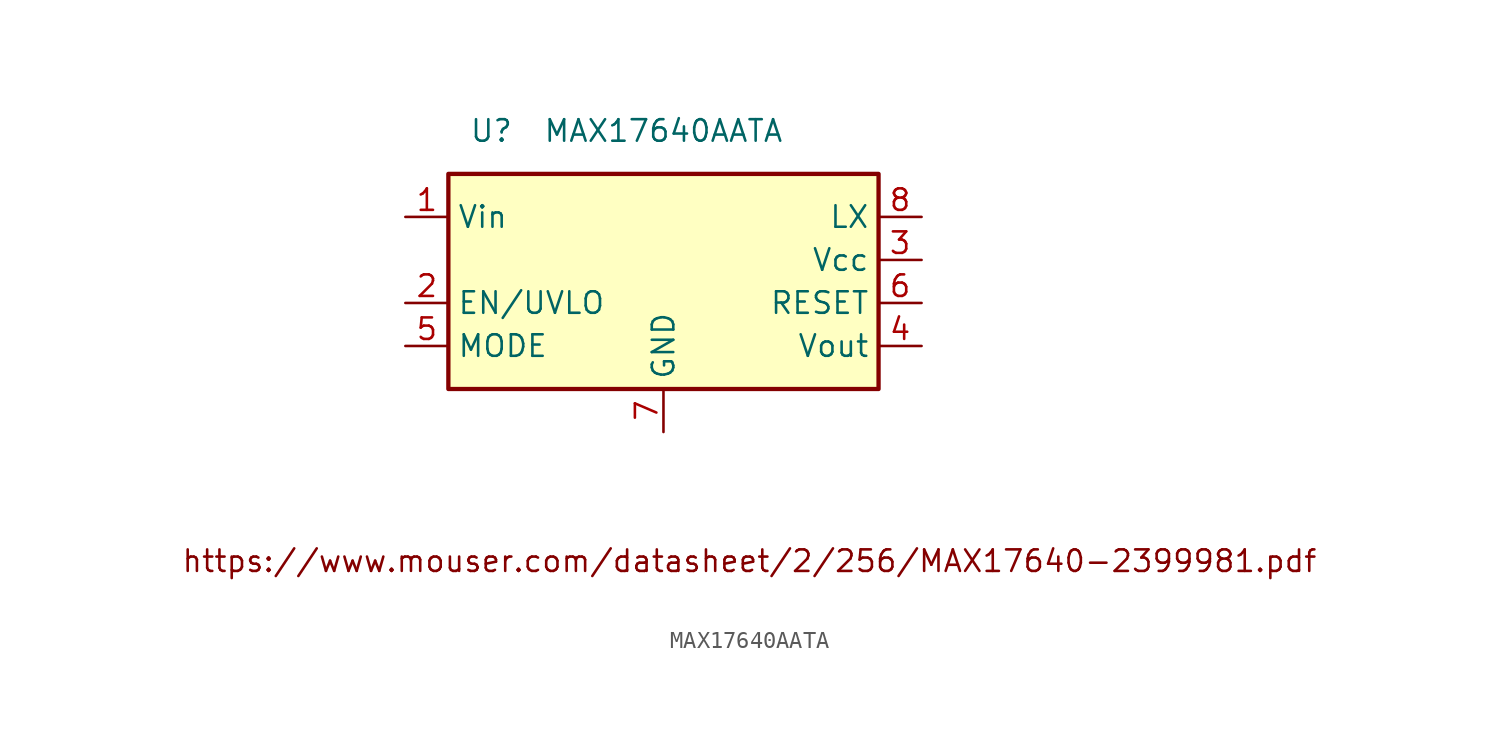
<source format=kicad_sym>
(kicad_symbol_lib
  (version 20211014)
  (generator kicad_symbol_editor)
  (symbol "MAX17640AATA"
    (property "Reference" "U"
      (at -10.16 7.62 0)
      (effects (font (size 1.27 1.27))))
    (property "Value" "MAX17640AATA"
      (at 0 7.62 0)
      (effects (font (size 1.27 1.27))))
    (symbol "MAX17640AATA_0_0"
      (text "https://www.mouser.com/datasheet/2/256/MAX17640-2399981.pdf" (at 5.08 -17.78 0) (effects (font (size 1.27 1.27)))))
    (symbol "MAX17640AATA_0_1"
      (rectangle (start -12.7 5.08) (end 12.7 -7.62) (stroke (width 0.254) (type default) (color 0 0 0 0)) (fill (type background))))
    (symbol "MAX17640AATA_1_1"
      (pin input line (at -15.24 2.54 0) (length 2.54) (name "Vin" (effects (font (size 1.27 1.27)))) (number "1" (effects (font (size 1.27 1.27)))))
      (pin input line (at -15.24 -2.54 0) (length 2.54) (name "EN/UVLO" (effects (font (size 1.27 1.27)))) (number "2" (effects (font (size 1.27 1.27)))))
      (pin output line (at 15.24 0 180) (length 2.54) (name "Vcc" (effects (font (size 1.27 1.27)))) (number "3" (effects (font (size 1.27 1.27)))))
      (pin output line (at 15.24 -5.08 180) (length 2.54) (name "Vout" (effects (font (size 1.27 1.27)))) (number "4" (effects (font (size 1.27 1.27)))))
      (pin input line (at -15.24 -5.08 0) (length 2.54) (name "MODE" (effects (font (size 1.27 1.27)))) (number "5" (effects (font (size 1.27 1.27)))))
      (pin output line (at 15.24 -2.54 180) (length 2.54) (name "RESET" (effects (font (size 1.27 1.27)))) (number "6" (effects (font (size 1.27 1.27)))))
      (pin output line (at 0 -10.16 90) (length 2.54) (name "GND" (effects (font (size 1.27 1.27)))) (number "7" (effects (font (size 1.27 1.27)))))
      (pin output line (at 15.24 2.54 180) (length 2.54) (name "LX" (effects (font (size 1.27 1.27)))) (number "8" (effects (font (size 1.27 1.27))))))))
</source>
